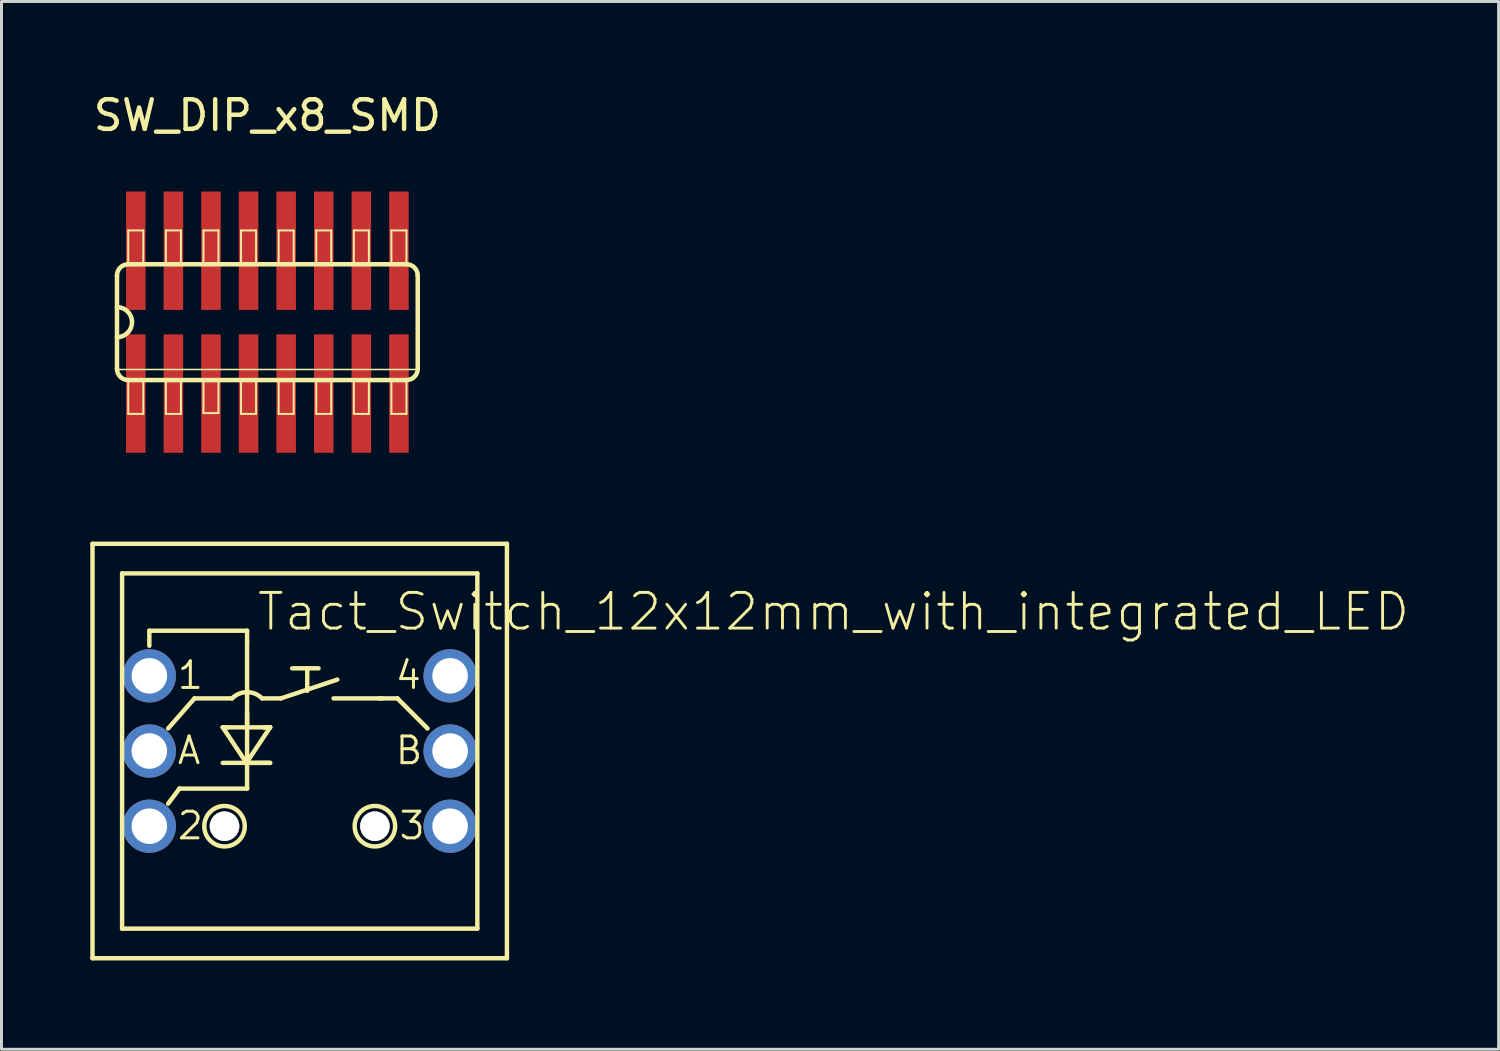
<source format=kicad_pcb>
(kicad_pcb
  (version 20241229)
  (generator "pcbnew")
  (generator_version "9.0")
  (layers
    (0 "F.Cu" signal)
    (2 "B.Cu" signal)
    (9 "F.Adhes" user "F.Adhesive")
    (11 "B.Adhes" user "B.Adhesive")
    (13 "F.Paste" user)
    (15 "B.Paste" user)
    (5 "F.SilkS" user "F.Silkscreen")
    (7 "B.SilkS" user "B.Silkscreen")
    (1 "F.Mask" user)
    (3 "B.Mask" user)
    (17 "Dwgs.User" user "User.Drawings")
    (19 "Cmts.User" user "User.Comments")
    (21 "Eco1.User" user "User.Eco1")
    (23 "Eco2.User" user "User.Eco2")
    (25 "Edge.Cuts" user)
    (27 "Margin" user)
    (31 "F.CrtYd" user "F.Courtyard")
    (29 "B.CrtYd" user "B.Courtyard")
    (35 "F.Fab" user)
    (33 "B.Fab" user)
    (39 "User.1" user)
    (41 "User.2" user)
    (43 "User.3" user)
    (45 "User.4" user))
  (footprint "SW_DIP_x8_SMD"
    (layer "F.Cu")
    (at 5.982 7.833)
    (property "Reference" "SW_DIP_x8_SMD" (at 0 -6.985 0) (layer "F.SilkS") (effects (font (size 1 1) (thickness 0.15))))
    (attr smd)
    (fp_line (start -5.08 -1.575) (end -5.08 1.575) (stroke (width 0.152) (type solid)) (layer "F.SilkS"))
    (fp_line (start -5.08 1.6) (end 5.08 1.6) (stroke (width 0.051) (type solid)) (layer "F.SilkS"))
    (fp_line (start -4.699 -3.099) (end -4.191 -3.099) (stroke (width 0.066) (type solid)) (layer "F.SilkS"))
    (fp_line (start -4.699 -1.956) (end -4.699 -3.099) (stroke (width 0.066) (type solid)) (layer "F.SilkS"))
    (fp_line (start -4.699 -1.956) (end -4.191 -1.956) (stroke (width 0.066) (type solid)) (layer "F.SilkS"))
    (fp_line (start -4.699 1.956) (end -4.191 1.956) (stroke (width 0.066) (type solid)) (layer "F.SilkS"))
    (fp_line (start -4.699 1.956) (end 4.699 1.956) (stroke (width 0.152) (type solid)) (layer "F.SilkS"))
    (fp_line (start -4.699 3.099) (end -4.699 1.956) (stroke (width 0.066) (type solid)) (layer "F.SilkS"))
    (fp_line (start -4.699 3.099) (end -4.191 3.099) (stroke (width 0.066) (type solid)) (layer "F.SilkS"))
    (fp_line (start -4.191 -1.956) (end -4.191 -3.099) (stroke (width 0.066) (type solid)) (layer "F.SilkS"))
    (fp_line (start -4.191 3.099) (end -4.191 1.956) (stroke (width 0.066) (type solid)) (layer "F.SilkS"))
    (fp_line (start -3.429 -3.099) (end -2.921 -3.099) (stroke (width 0.066) (type solid)) (layer "F.SilkS"))
    (fp_line (start -3.429 -1.956) (end -3.429 -3.099) (stroke (width 0.066) (type solid)) (layer "F.SilkS"))
    (fp_line (start -3.429 -1.956) (end -2.921 -1.956) (stroke (width 0.066) (type solid)) (layer "F.SilkS"))
    (fp_line (start -3.429 1.956) (end -2.921 1.956) (stroke (width 0.066) (type solid)) (layer "F.SilkS"))
    (fp_line (start -3.429 3.099) (end -3.429 1.956) (stroke (width 0.066) (type solid)) (layer "F.SilkS"))
    (fp_line (start -3.429 3.099) (end -2.921 3.099) (stroke (width 0.066) (type solid)) (layer "F.SilkS"))
    (fp_line (start -2.921 -1.956) (end -2.921 -3.099) (stroke (width 0.066) (type solid)) (layer "F.SilkS"))
    (fp_line (start -2.921 3.099) (end -2.921 1.956) (stroke (width 0.066) (type solid)) (layer "F.SilkS"))
    (fp_line (start -2.159 -3.099) (end -1.651 -3.099) (stroke (width 0.066) (type solid)) (layer "F.SilkS"))
    (fp_line (start -2.159 -1.956) (end -2.159 -3.099) (stroke (width 0.066) (type solid)) (layer "F.SilkS"))
    (fp_line (start -2.159 -1.956) (end -1.651 -1.956) (stroke (width 0.066) (type solid)) (layer "F.SilkS"))
    (fp_line (start -2.159 1.93) (end -1.651 1.93) (stroke (width 0.066) (type solid)) (layer "F.SilkS"))
    (fp_line (start -2.159 3.073) (end -2.159 1.93) (stroke (width 0.066) (type solid)) (layer "F.SilkS"))
    (fp_line (start -2.159 3.073) (end -1.651 3.073) (stroke (width 0.066) (type solid)) (layer "F.SilkS"))
    (fp_line (start -1.651 -1.956) (end -1.651 -3.099) (stroke (width 0.066) (type solid)) (layer "F.SilkS"))
    (fp_line (start -1.651 3.073) (end -1.651 1.93) (stroke (width 0.066) (type solid)) (layer "F.SilkS"))
    (fp_line (start -0.889 -3.099) (end -0.381 -3.099) (stroke (width 0.066) (type solid)) (layer "F.SilkS"))
    (fp_line (start -0.889 -1.956) (end -0.889 -3.099) (stroke (width 0.066) (type solid)) (layer "F.SilkS"))
    (fp_line (start -0.889 -1.956) (end -0.381 -1.956) (stroke (width 0.066) (type solid)) (layer "F.SilkS"))
    (fp_line (start -0.889 1.956) (end -0.381 1.956) (stroke (width 0.066) (type solid)) (layer "F.SilkS"))
    (fp_line (start -0.889 3.099) (end -0.889 1.956) (stroke (width 0.066) (type solid)) (layer "F.SilkS"))
    (fp_line (start -0.889 3.099) (end -0.381 3.099) (stroke (width 0.066) (type solid)) (layer "F.SilkS"))
    (fp_line (start -0.381 -1.956) (end -0.381 -3.099) (stroke (width 0.066) (type solid)) (layer "F.SilkS"))
    (fp_line (start -0.381 3.099) (end -0.381 1.956) (stroke (width 0.066) (type solid)) (layer "F.SilkS"))
    (fp_line (start 0.381 -3.099) (end 0.889 -3.099) (stroke (width 0.066) (type solid)) (layer "F.SilkS"))
    (fp_line (start 0.381 -1.956) (end 0.381 -3.099) (stroke (width 0.066) (type solid)) (layer "F.SilkS"))
    (fp_line (start 0.381 -1.956) (end 0.889 -1.956) (stroke (width 0.066) (type solid)) (layer "F.SilkS"))
    (fp_line (start 0.381 1.956) (end 0.889 1.956) (stroke (width 0.066) (type solid)) (layer "F.SilkS"))
    (fp_line (start 0.381 3.099) (end 0.381 1.956) (stroke (width 0.066) (type solid)) (layer "F.SilkS"))
    (fp_line (start 0.381 3.099) (end 0.889 3.099) (stroke (width 0.066) (type solid)) (layer "F.SilkS"))
    (fp_line (start 0.889 -1.956) (end 0.889 -3.099) (stroke (width 0.066) (type solid)) (layer "F.SilkS"))
    (fp_line (start 0.889 3.099) (end 0.889 1.956) (stroke (width 0.066) (type solid)) (layer "F.SilkS"))
    (fp_line (start 1.651 -3.099) (end 2.159 -3.099) (stroke (width 0.066) (type solid)) (layer "F.SilkS"))
    (fp_line (start 1.651 -1.956) (end 1.651 -3.099) (stroke (width 0.066) (type solid)) (layer "F.SilkS"))
    (fp_line (start 1.651 -1.956) (end 2.159 -1.956) (stroke (width 0.066) (type solid)) (layer "F.SilkS"))
    (fp_line (start 1.651 1.956) (end 2.159 1.956) (stroke (width 0.066) (type solid)) (layer "F.SilkS"))
    (fp_line (start 1.651 3.099) (end 1.651 1.956) (stroke (width 0.066) (type solid)) (layer "F.SilkS"))
    (fp_line (start 1.651 3.099) (end 2.159 3.099) (stroke (width 0.066) (type solid)) (layer "F.SilkS"))
    (fp_line (start 2.159 -1.956) (end 2.159 -3.099) (stroke (width 0.066) (type solid)) (layer "F.SilkS"))
    (fp_line (start 2.159 3.099) (end 2.159 1.956) (stroke (width 0.066) (type solid)) (layer "F.SilkS"))
    (fp_line (start 2.921 -3.099) (end 3.429 -3.099) (stroke (width 0.066) (type solid)) (layer "F.SilkS"))
    (fp_line (start 2.921 -1.956) (end 2.921 -3.099) (stroke (width 0.066) (type solid)) (layer "F.SilkS"))
    (fp_line (start 2.921 -1.956) (end 3.429 -1.956) (stroke (width 0.066) (type solid)) (layer "F.SilkS"))
    (fp_line (start 2.921 1.956) (end 3.429 1.956) (stroke (width 0.066) (type solid)) (layer "F.SilkS"))
    (fp_line (start 2.921 3.099) (end 2.921 1.956) (stroke (width 0.066) (type solid)) (layer "F.SilkS"))
    (fp_line (start 2.921 3.099) (end 3.429 3.099) (stroke (width 0.066) (type solid)) (layer "F.SilkS"))
    (fp_line (start 3.429 -1.956) (end 3.429 -3.099) (stroke (width 0.066) (type solid)) (layer "F.SilkS"))
    (fp_line (start 3.429 3.099) (end 3.429 1.956) (stroke (width 0.066) (type solid)) (layer "F.SilkS"))
    (fp_line (start 4.191 -3.099) (end 4.699 -3.099) (stroke (width 0.066) (type solid)) (layer "F.SilkS"))
    (fp_line (start 4.191 -1.956) (end 4.191 -3.099) (stroke (width 0.066) (type solid)) (layer "F.SilkS"))
    (fp_line (start 4.191 -1.956) (end 4.699 -1.956) (stroke (width 0.066) (type solid)) (layer "F.SilkS"))
    (fp_line (start 4.191 1.956) (end 4.699 1.956) (stroke (width 0.066) (type solid)) (layer "F.SilkS"))
    (fp_line (start 4.191 3.099) (end 4.191 1.956) (stroke (width 0.066) (type solid)) (layer "F.SilkS"))
    (fp_line (start 4.191 3.099) (end 4.699 3.099) (stroke (width 0.066) (type solid)) (layer "F.SilkS"))
    (fp_line (start 4.699 -1.956) (end -4.699 -1.956) (stroke (width 0.152) (type solid)) (layer "F.SilkS"))
    (fp_line (start 4.699 -1.956) (end 4.699 -3.099) (stroke (width 0.066) (type solid)) (layer "F.SilkS"))
    (fp_line (start 4.699 3.099) (end 4.699 1.956) (stroke (width 0.066) (type solid)) (layer "F.SilkS"))
    (fp_line (start 5.08 1.575) (end 5.08 -1.575) (stroke (width 0.152) (type solid)) (layer "F.SilkS"))
    (fp_arc (start -5.08 -1.5748) (mid -4.968408 -1.844208) (end -4.699 -1.9558) (stroke (width 0.1524) (type solid)) (layer "F.SilkS"))
    (fp_arc (start -5.08 -0.508) (mid -4.572 0) (end -5.08 0.508) (stroke (width 0.1524) (type solid)) (layer "F.SilkS"))
    (fp_arc (start -4.699 1.9558) (mid -4.968408 1.844208) (end -5.08 1.5748) (stroke (width 0.1524) (type solid)) (layer "F.SilkS"))
    (fp_arc (start 4.699 -1.9558) (mid 4.968408 -1.844208) (end 5.08 -1.5748) (stroke (width 0.1524) (type solid)) (layer "F.SilkS"))
    (fp_arc (start 5.08 1.5748) (mid 4.968408 1.844208) (end 4.699 1.9558) (stroke (width 0.1524) (type solid)) (layer "F.SilkS"))
    (pad "1" smd rect (at -4.445 2.413) (size 0.66 4) (layers "F.Cu" "F.Mask" "F.Paste"))
    (pad "2" smd rect (at -3.175 2.413) (size 0.66 4) (layers "F.Cu" "F.Mask" "F.Paste"))
    (pad "3" smd rect (at -1.905 2.413) (size 0.66 4) (layers "F.Cu" "F.Mask" "F.Paste"))
    (pad "4" smd rect (at -0.635 2.413) (size 0.66 4) (layers "F.Cu" "F.Mask" "F.Paste"))
    (pad "5" smd rect (at 0.635 2.413) (size 0.66 4) (layers "F.Cu" "F.Mask" "F.Paste"))
    (pad "6" smd rect (at 1.905 2.413) (size 0.66 4) (layers "F.Cu" "F.Mask" "F.Paste"))
    (pad "7" smd rect (at 3.175 2.413) (size 0.66 4) (layers "F.Cu" "F.Mask" "F.Paste"))
    (pad "8" smd rect (at 4.445 2.413) (size 0.66 4) (layers "F.Cu" "F.Mask" "F.Paste"))
    (pad "9" smd rect (at 4.445 -2.413) (size 0.66 4) (layers "F.Cu" "F.Mask" "F.Paste"))
    (pad "10" smd rect (at 3.175 -2.413) (size 0.66 4) (layers "F.Cu" "F.Mask" "F.Paste"))
    (pad "11" smd rect (at 1.905 -2.413) (size 0.66 4) (layers "F.Cu" "F.Mask" "F.Paste"))
    (pad "12" smd rect (at 0.635 -2.413) (size 0.66 4) (layers "F.Cu" "F.Mask" "F.Paste"))
    (pad "13" smd rect (at -0.635 -2.413) (size 0.66 4) (layers "F.Cu" "F.Mask" "F.Paste"))
    (pad "14" smd rect (at -1.905 -2.413) (size 0.66 4) (layers "F.Cu" "F.Mask" "F.Paste"))
    (pad "15" smd rect (at -3.175 -2.413) (size 0.66 4) (layers "F.Cu" "F.Mask" "F.Paste"))
    (pad "16" smd rect (at -4.445 -2.413) (size 0.66 4) (layers "F.Cu" "F.Mask" "F.Paste")))
  (footprint "Tact_Switch_12x12mm_with_integrated_LED"
    (layer "F.Cu")
    (at 7.075 22.321)
    (property "Reference" "Tact_Switch_12x12mm_with_integrated_LED" (at -1.5 -4 0) (layer "F.SilkS") (effects (font (size 1.206 1.206) (thickness 0.097)) (justify left bottom)))
    (attr through_hole)
    (fp_line (start -7 -7) (end -7 7) (stroke (width 0.15) (type solid)) (layer "F.SilkS"))
    (fp_line (start -7 7) (end 7 7) (stroke (width 0.15) (type solid)) (layer "F.SilkS"))
    (fp_line (start -6 -6) (end -6 6) (stroke (width 0.15) (type solid)) (layer "F.SilkS"))
    (fp_line (start -6 6) (end 6 6) (stroke (width 0.15) (type solid)) (layer "F.SilkS"))
    (fp_line (start -5.08 -4.064) (end -5.08 -3.556) (stroke (width 0.15) (type solid)) (layer "F.SilkS"))
    (fp_line (start -4.064 1.27) (end -4.445 1.778) (stroke (width 0.15) (type solid)) (layer "F.SilkS"))
    (fp_line (start -3.556 -1.778) (end -4.445 -0.762) (stroke (width 0.15) (type solid)) (layer "F.SilkS"))
    (fp_line (start -2.6 -0.8) (end -2.4 -0.8) (stroke (width 0.15) (type solid)) (layer "F.SilkS"))
    (fp_line (start -2.6 -0.8) (end -1.8 0.4) (stroke (width 0.15) (type solid)) (layer "F.SilkS"))
    (fp_line (start -2.6 -0.8) (end -1.2 -0.8) (stroke (width 0.15) (type solid)) (layer "F.SilkS"))
    (fp_line (start -2.286 -1.778) (end -3.556 -1.778) (stroke (width 0.15) (type solid)) (layer "F.SilkS"))
    (fp_line (start -1.8 0.4) (end -1 0.4) (stroke (width 0.15) (type solid)) (layer "F.SilkS"))
    (fp_line (start -1.778 -4.064) (end -5.08 -4.064) (stroke (width 0.15) (type solid)) (layer "F.SilkS"))
    (fp_line (start -1.778 -3.683) (end -1.778 -4.064) (stroke (width 0.15) (type solid)) (layer "F.SilkS"))
    (fp_line (start -1.778 -0.889) (end -1.778 -3.683) (stroke (width 0.15) (type solid)) (layer "F.SilkS"))
    (fp_line (start -1.778 1.27) (end -4.064 1.27) (stroke (width 0.15) (type solid)) (layer "F.SilkS"))
    (fp_line (start -1.778 1.27) (end -1.778 -1.27) (stroke (width 0.15) (type solid)) (layer "F.SilkS"))
    (fp_line (start -1.27 -1.778) (end -0.635 -1.778) (stroke (width 0.15) (type solid)) (layer "F.SilkS"))
    (fp_line (start -1.2 -0.8) (end -1 -0.8) (stroke (width 0.15) (type solid)) (layer "F.SilkS"))
    (fp_line (start -1 -0.8) (end -1.8 0.4) (stroke (width 0.15) (type solid)) (layer "F.SilkS"))
    (fp_line (start -1 -0.8) (end -1.2 -0.8) (stroke (width 0.15) (type solid)) (layer "F.SilkS"))
    (fp_line (start -1 -0.8) (end -1.2 -0.8) (stroke (width 0.15) (type solid)) (layer "F.SilkS"))
    (fp_line (start -1 0.4) (end -2.6 0.4) (stroke (width 0.15) (type solid)) (layer "F.SilkS"))
    (fp_line (start -0.635 -1.778) (end 1.27 -2.413) (stroke (width 0.15) (type solid)) (layer "F.SilkS"))
    (fp_line (start -0.254 -2.794) (end 0.635 -2.794) (stroke (width 0.15) (type solid)) (layer "F.SilkS"))
    (fp_line (start 0.254 -2.032) (end 0.254 -2.794) (stroke (width 0.15) (type solid)) (layer "F.SilkS"))
    (fp_line (start 1.143 -1.778) (end 2.794 -1.778) (stroke (width 0.15) (type solid)) (layer "F.SilkS"))
    (fp_line (start 2.667 -1.778) (end 3.302 -1.778) (stroke (width 0.15) (type solid)) (layer "F.SilkS"))
    (fp_line (start 3.302 -1.778) (end 4.318 -0.762) (stroke (width 0.15) (type solid)) (layer "F.SilkS"))
    (fp_line (start 6 -6) (end -6 -6) (stroke (width 0.15) (type solid)) (layer "F.SilkS"))
    (fp_line (start 6 6) (end 6 -6) (stroke (width 0.15) (type solid)) (layer "F.SilkS"))
    (fp_line (start 7 -7) (end -7 -7) (stroke (width 0.15) (type solid)) (layer "F.SilkS"))
    (fp_line (start 7 7) (end 7 -7) (stroke (width 0.15) (type solid)) (layer "F.SilkS"))
    (fp_arc (start -2.286 -1.778) (mid -1.778 -1.98842) (end -1.27 -1.778) (stroke (width 0.15) (type solid)) (layer "F.SilkS"))
    (fp_circle (center -2.54 2.54) (end -3.175 2.286) (stroke (width 0.15) (type solid)) (fill no) (layer "F.SilkS"))
    (fp_circle (center 2.54 2.54) (end 1.905 2.286) (stroke (width 0.15) (type solid)) (fill no) (layer "F.SilkS"))
    (fp_text user "A" (at -4.191 0.508 0) (layer "F.SilkS") (effects (font (size 0.9 0.9) (thickness 0.102)) (justify left bottom)))
    (fp_text user "3" (at 3.302 3.048 0) (layer "F.SilkS") (effects (font (size 0.9 0.9) (thickness 0.102)) (justify left bottom)))
    (fp_text user "4" (at 3.175 -2.032 0) (layer "F.SilkS") (effects (font (size 0.9 0.9) (thickness 0.102)) (justify left bottom)))
    (fp_text user "2" (at -4.191 3.048 0) (layer "F.SilkS") (effects (font (size 0.9 0.9) (thickness 0.102)) (justify left bottom)))
    (fp_text user "B" (at 3.175 0.508 0) (layer "F.SilkS") (effects (font (size 0.9 0.9) (thickness 0.102)) (justify left bottom)))
    (fp_text user "1" (at -4.191 -2.032 0) (layer "F.SilkS") (effects (font (size 0.9 0.9) (thickness 0.102)) (justify left bottom)))
    (pad "" thru_hole circle (at -2.54 2.54) (size 1 1) (drill 1) (layers "*.Cu" "*.Mask"))
    (pad "" thru_hole circle (at 2.54 2.54) (size 1 1) (drill 1) (layers "*.Cu" "*.Mask"))
    (pad "1" thru_hole circle (at -5.08 -2.54) (size 1.8 1.8) (drill 1.2) (layers "*.Cu" "*.Mask"))
    (pad "2" thru_hole circle (at -5.08 2.54) (size 1.8 1.8) (drill 1.2) (layers "*.Cu" "*.Mask"))
    (pad "3" thru_hole circle (at 5.08 2.54) (size 1.8 1.8) (drill 1.2) (layers "*.Cu" "*.Mask"))
    (pad "4" thru_hole circle (at 5.08 -2.54) (size 1.8 1.8) (drill 1.2) (layers "*.Cu" "*.Mask"))
    (pad "A" thru_hole circle (at -5.08 0) (size 1.8 1.8) (drill 1.2) (layers "*.Cu" "*.Mask"))
    (pad "B" thru_hole circle (at 5.08 0) (size 1.8 1.8) (drill 1.2) (layers "*.Cu" "*.Mask")))
  (gr_rect
    (start -3 -3)
    (end 47.576 32.396)
    (stroke (width 0.1) (type default))
    (fill no)
    (layer "Edge.Cuts")))
</source>
